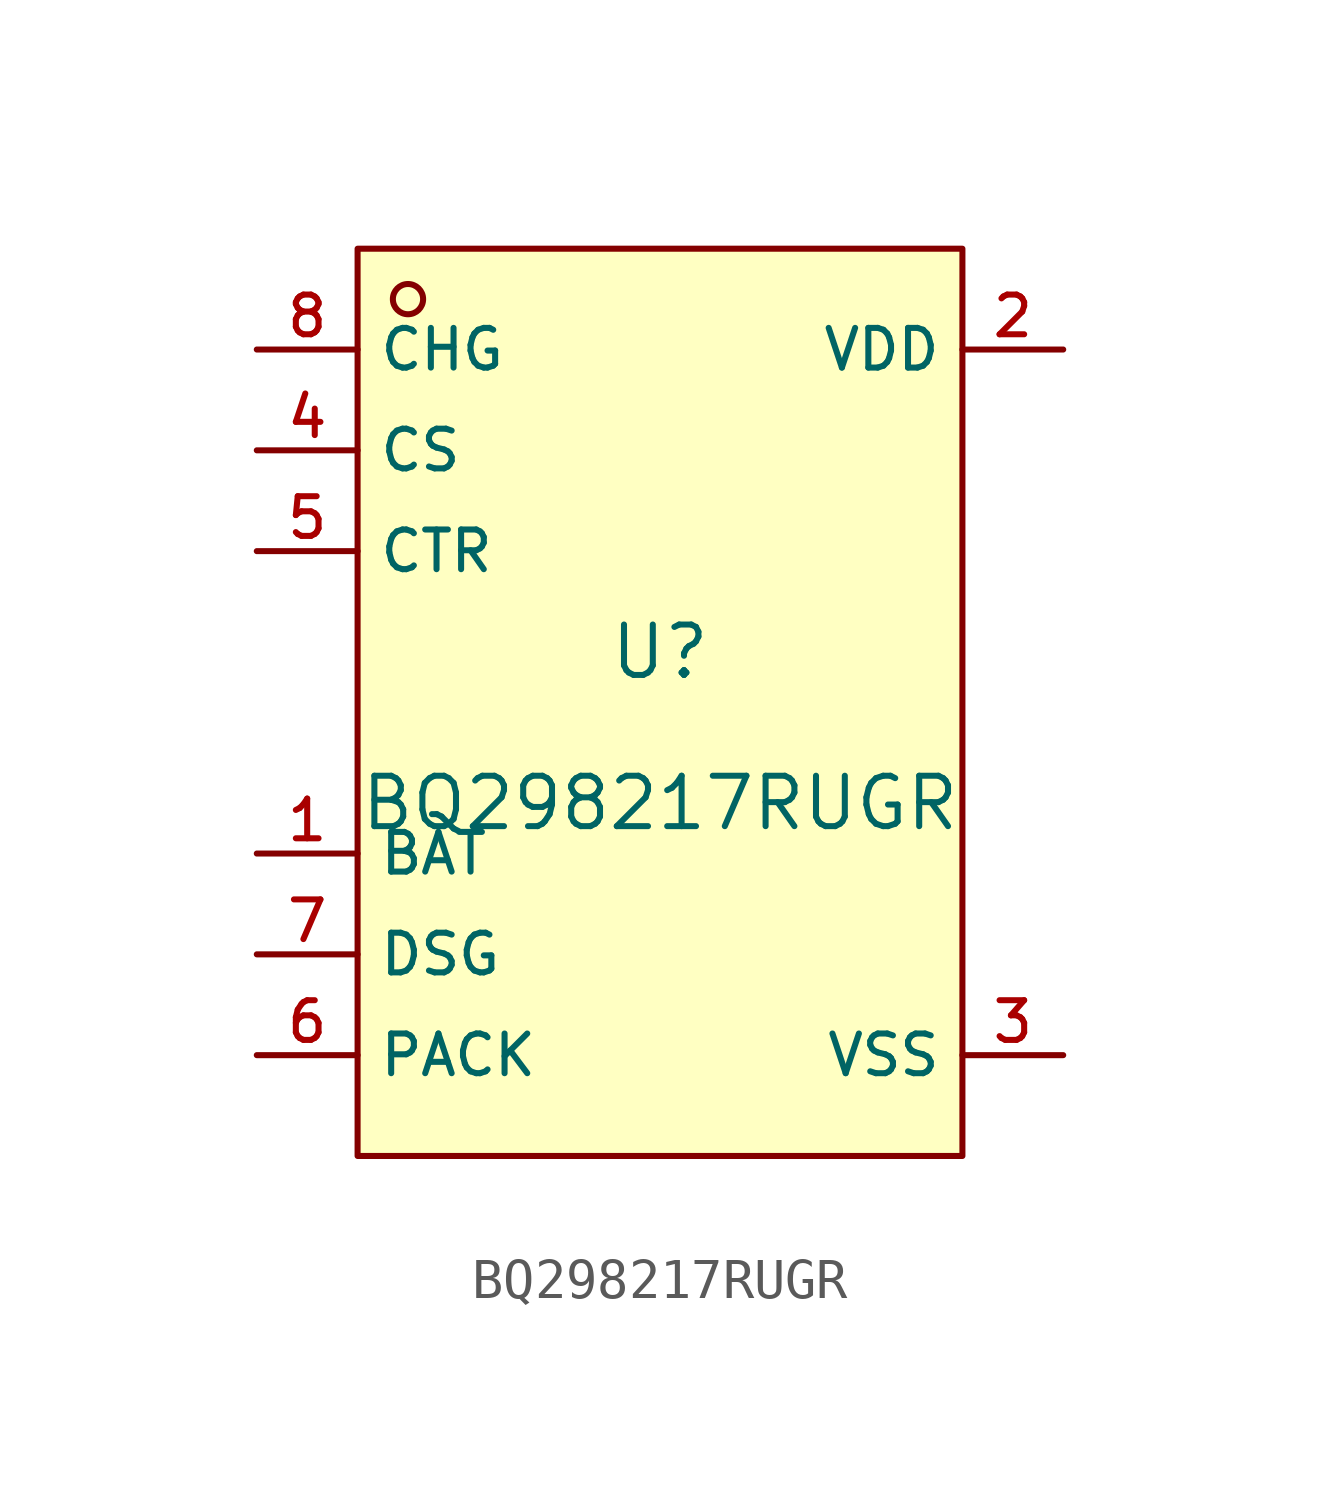
<source format=kicad_sym>
(kicad_symbol_lib
  (version 20210201)
  (generator TousstNicolas/JLC2KiCad_lib)
  (symbol "BQ298217RUGR"
    (property "Reference" "U"
      (at 0 1.27 0)
      (effects (font (size 1.27 1.27))))
    (property "Value" "BQ298217RUGR"
      (at 0 -2.54 0)
      (effects (font (size 1.27 1.27))))
    (symbol "BQ298217RUGR_0_1"
      (rectangle (start -7.62 11.43) (end 7.62 -11.43) (stroke (width 0) (type default) (color 0 0 0 0)) (fill (type background)))
      (circle (center -6.35 10.16) (radius 0.381) (stroke (width 0) (type default) (color 0 0 0 0)) (fill (type background)))
      (pin unspecified line (at -10.16 8.89 0) (length 2.54) (name "CHG" (effects (font (size 1 1)))) (number "8" (effects (font (size 1 1)))))
      (pin unspecified line (at -10.16 6.35 0) (length 2.54) (name "CS" (effects (font (size 1 1)))) (number "4" (effects (font (size 1 1)))))
      (pin unspecified line (at -10.16 3.81 0) (length 2.54) (name "CTR" (effects (font (size 1 1)))) (number "5" (effects (font (size 1 1)))))
      (pin unspecified line (at -10.16 -3.81 0) (length 2.54) (name "BAT" (effects (font (size 1 1)))) (number "1" (effects (font (size 1 1)))))
      (pin unspecified line (at -10.16 -6.35 0) (length 2.54) (name "DSG" (effects (font (size 1 1)))) (number "7" (effects (font (size 1 1)))))
      (pin unspecified line (at -10.16 -8.89 0) (length 2.54) (name "PACK" (effects (font (size 1 1)))) (number "6" (effects (font (size 1 1)))))
      (pin unspecified line (at 10.16 -8.89 180) (length 2.54) (name "VSS" (effects (font (size 1 1)))) (number "3" (effects (font (size 1 1)))))
      (pin unspecified line (at 10.16 8.89 180) (length 2.54) (name "VDD" (effects (font (size 1 1)))) (number "2" (effects (font (size 1 1))))))))
</source>
